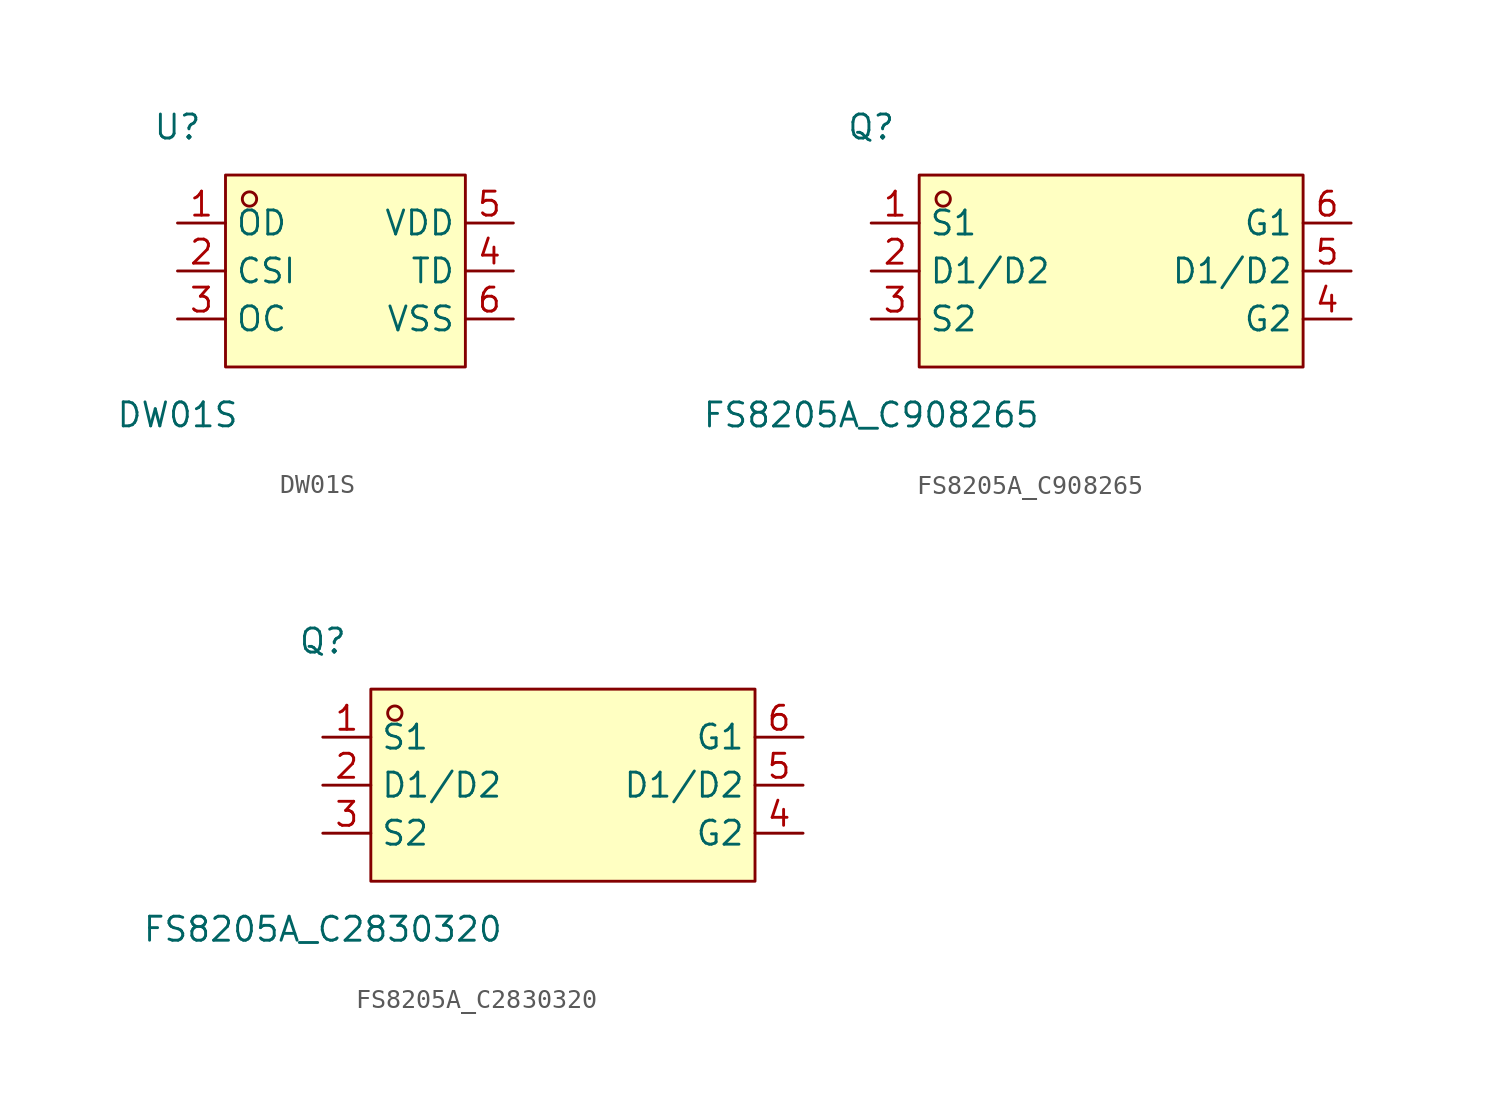
<source format=kicad_sym>
(kicad_symbol_lib
  (version 20241209)
  (generator "kicad_symbol_editor")
  (generator_version "9.0")
  (symbol "DW01S"
    (property "Reference" "U"
      (at 0 2.54 0)
      (effects (font (size 1.27 1.27))))
    (property "Value" "DW01S"
      (at 0 -12.7 0)
      (effects (font (size 1.27 1.27))))
    (symbol "DW01S_0_1"
      (rectangle (start 2.54 0) (end 15.24 -10.16) (stroke (width 0) (type default)) (fill (type background)))
      (circle (center 3.81 -1.27) (radius 0.38) (stroke (width 0) (type default)) (fill (type none)))
      (pin unspecified line (at 0 -2.54 0) (length 2.54) (name "OD" (effects (font (size 1.27 1.27)))) (number "1" (effects (font (size 1.27 1.27)))))
      (pin unspecified line (at 0 -5.08 0) (length 2.54) (name "CSI" (effects (font (size 1.27 1.27)))) (number "2" (effects (font (size 1.27 1.27)))))
      (pin unspecified line (at 0 -7.62 0) (length 2.54) (name "OC" (effects (font (size 1.27 1.27)))) (number "3" (effects (font (size 1.27 1.27)))))
      (pin unspecified line (at 17.78 -2.54 180) (length 2.54) (name "VDD" (effects (font (size 1.27 1.27)))) (number "5" (effects (font (size 1.27 1.27)))))
      (pin unspecified line (at 17.78 -5.08 180) (length 2.54) (name "TD" (effects (font (size 1.27 1.27)))) (number "4" (effects (font (size 1.27 1.27)))))
      (pin unspecified line (at 17.78 -7.62 180) (length 2.54) (name "VSS" (effects (font (size 1.27 1.27)))) (number "6" (effects (font (size 1.27 1.27)))))))
  (symbol "FS8205A_C908265"
    (property "Reference" "Q"
      (at 0 2.54 0)
      (effects (font (size 1.27 1.27))))
    (property "Value" "FS8205A_C908265"
      (at 0 -12.7 0)
      (effects (font (size 1.27 1.27))))
    (symbol "FS8205A_C908265_0_1"
      (rectangle (start 2.54 0) (end 22.86 -10.16) (stroke (width 0) (type default)) (fill (type background)))
      (circle (center 3.81 -1.27) (radius 0.38) (stroke (width 0) (type default)) (fill (type none)))
      (pin unspecified line (at 0 -2.54 0) (length 2.54) (name "S1" (effects (font (size 1.27 1.27)))) (number "1" (effects (font (size 1.27 1.27)))))
      (pin unspecified line (at 0 -5.08 0) (length 2.54) (name "D1/D2" (effects (font (size 1.27 1.27)))) (number "2" (effects (font (size 1.27 1.27)))))
      (pin unspecified line (at 0 -7.62 0) (length 2.54) (name "S2" (effects (font (size 1.27 1.27)))) (number "3" (effects (font (size 1.27 1.27)))))
      (pin unspecified line (at 25.4 -2.54 180) (length 2.54) (name "G1" (effects (font (size 1.27 1.27)))) (number "6" (effects (font (size 1.27 1.27)))))
      (pin unspecified line (at 25.4 -5.08 180) (length 2.54) (name "D1/D2" (effects (font (size 1.27 1.27)))) (number "5" (effects (font (size 1.27 1.27)))))
      (pin unspecified line (at 25.4 -7.62 180) (length 2.54) (name "G2" (effects (font (size 1.27 1.27)))) (number "4" (effects (font (size 1.27 1.27)))))))
  (symbol "FS8205A_C2830320"
    (property "Reference" "Q"
      (at 0 2.54 0)
      (effects (font (size 1.27 1.27))))
    (property "Value" "FS8205A_C2830320"
      (at 0 -12.70 0)
      (effects (font (size 1.27 1.27))))
    (symbol "FS8205A_C2830320_0_1"
      (rectangle (start 2.54 -0.00) (end 22.86 -10.16) (stroke (width 0) (type default) (color 0 0 0 0)) (fill (type background)))
      (circle (center 3.81 -1.27) (radius 0.38) (stroke (width 0) (type default) (color 0 0 0 0)) (fill (type none)))
      (pin unspecified line (at 0.00 -2.54 0) (length 2.54) (name "S1" (effects (font (size 1.27 1.27)))) (number "1" (effects (font (size 1.27 1.27)))))
      (pin unspecified line (at 0.00 -5.08 0) (length 2.54) (name "D1/D2" (effects (font (size 1.27 1.27)))) (number "2" (effects (font (size 1.27 1.27)))))
      (pin unspecified line (at 0.00 -7.62 0) (length 2.54) (name "S2" (effects (font (size 1.27 1.27)))) (number "3" (effects (font (size 1.27 1.27)))))
      (pin unspecified line (at 25.40 -7.62 180) (length 2.54) (name "G2" (effects (font (size 1.27 1.27)))) (number "4" (effects (font (size 1.27 1.27)))))
      (pin unspecified line (at 25.40 -5.08 180) (length 2.54) (name "D1/D2" (effects (font (size 1.27 1.27)))) (number "5" (effects (font (size 1.27 1.27)))))
      (pin unspecified line (at 25.40 -2.54 180) (length 2.54) (name "G1" (effects (font (size 1.27 1.27)))) (number "6" (effects (font (size 1.27 1.27))))))))
</source>
